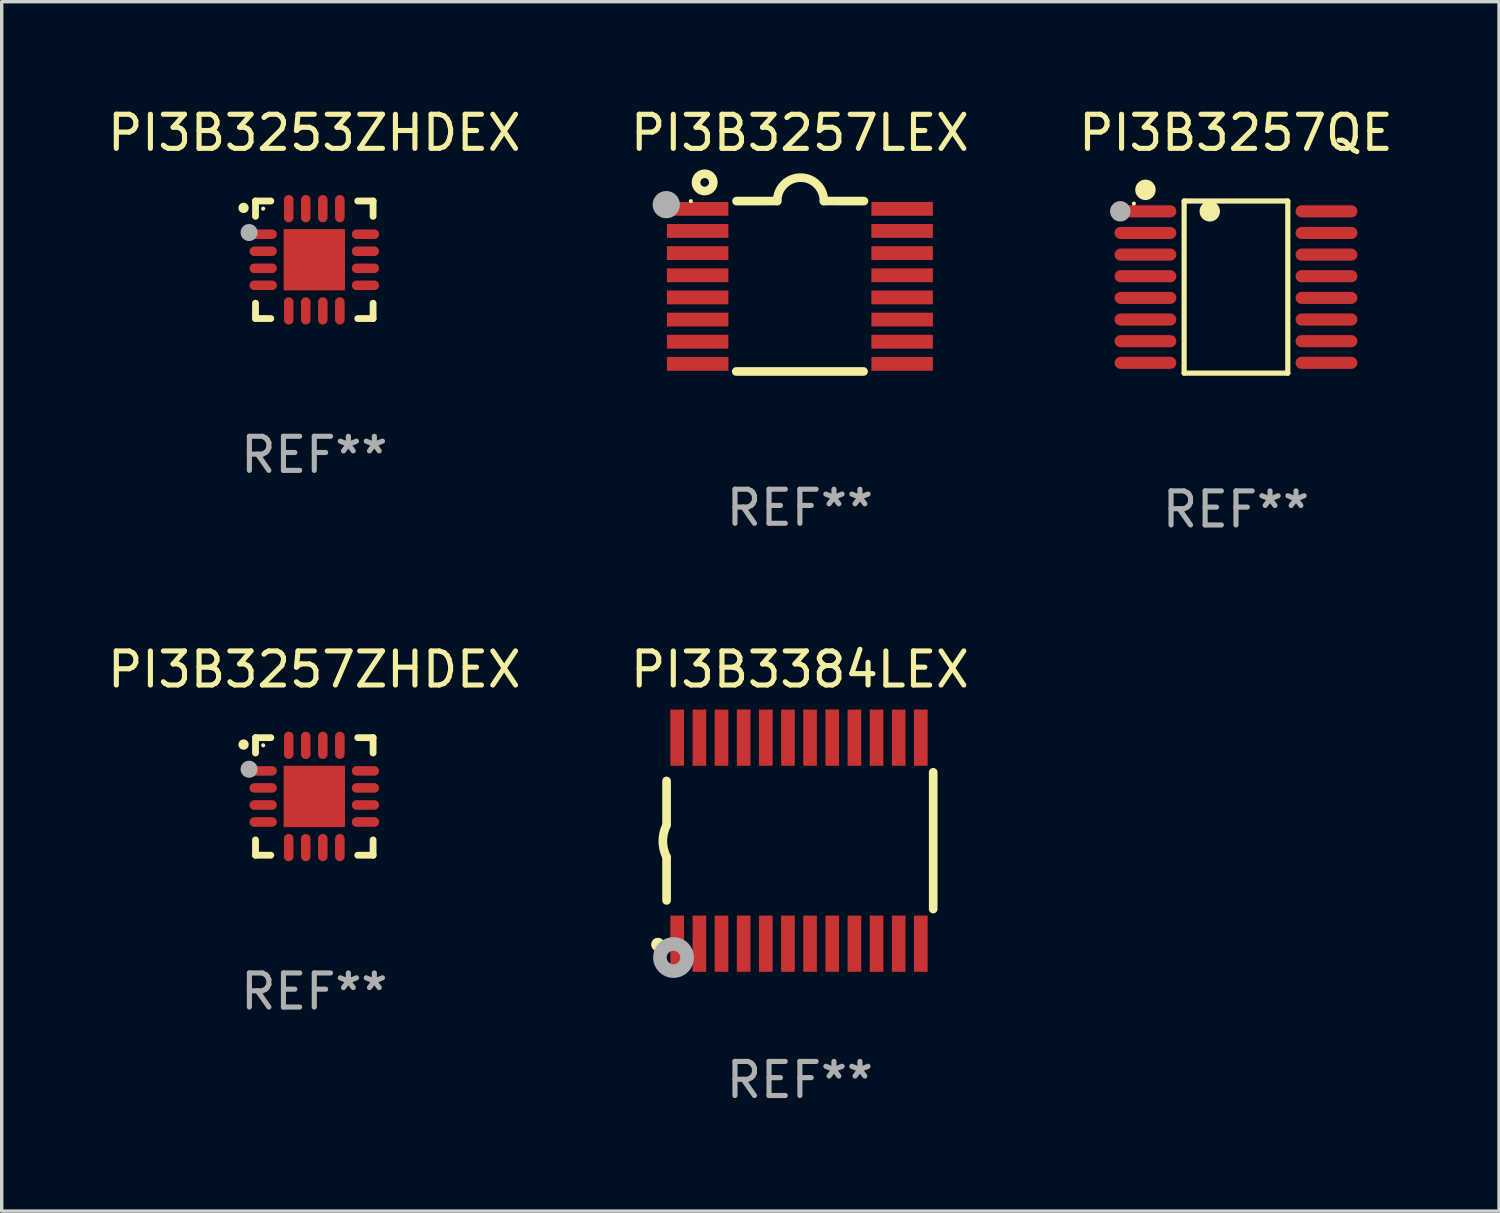
<source format=kicad_pcb>
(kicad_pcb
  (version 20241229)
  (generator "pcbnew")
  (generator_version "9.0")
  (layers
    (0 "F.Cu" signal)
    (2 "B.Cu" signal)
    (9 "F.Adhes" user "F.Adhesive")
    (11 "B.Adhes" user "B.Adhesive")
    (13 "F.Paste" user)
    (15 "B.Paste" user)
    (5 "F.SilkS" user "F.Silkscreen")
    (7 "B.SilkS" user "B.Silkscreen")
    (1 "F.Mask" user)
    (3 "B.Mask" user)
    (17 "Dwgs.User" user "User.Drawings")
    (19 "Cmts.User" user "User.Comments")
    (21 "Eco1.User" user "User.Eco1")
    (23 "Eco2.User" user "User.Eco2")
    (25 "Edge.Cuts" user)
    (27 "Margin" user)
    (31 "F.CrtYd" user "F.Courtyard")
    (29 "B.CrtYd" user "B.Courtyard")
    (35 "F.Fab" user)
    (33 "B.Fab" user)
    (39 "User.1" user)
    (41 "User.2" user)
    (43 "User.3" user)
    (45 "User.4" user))
  (footprint "PI3B3257ZHDEX"
    (layer "F.Cu")
    (at 6.173 20.322)
    (property "Reference" "PI3B3257ZHDEX" (at 0 -3.725 0) (layer "F.SilkS") (effects (font (size 1 1) (thickness 0.15))))
    (attr through_hole)
    (fp_line (start -1.725 -1.725) (end -1.275 -1.725) (stroke (width 0.2) (type solid)) (layer "F.SilkS"))
    (fp_line (start -1.725 -1.275) (end -1.725 -1.725) (stroke (width 0.2) (type solid)) (layer "F.SilkS"))
    (fp_line (start -1.725 1.725) (end -1.725 1.275) (stroke (width 0.2) (type solid)) (layer "F.SilkS"))
    (fp_line (start -1.275 1.725) (end -1.725 1.725) (stroke (width 0.2) (type solid)) (layer "F.SilkS"))
    (fp_line (start 1.275 -1.725) (end 1.725 -1.725) (stroke (width 0.2) (type solid)) (layer "F.SilkS"))
    (fp_line (start 1.275 1.725) (end 1.725 1.725) (stroke (width 0.2) (type solid)) (layer "F.SilkS"))
    (fp_line (start 1.725 -1.725) (end 1.725 -1.275) (stroke (width 0.2) (type solid)) (layer "F.SilkS"))
    (fp_line (start 1.725 1.725) (end 1.725 1.275) (stroke (width 0.2) (type solid)) (layer "F.SilkS"))
    (fp_arc (start -2.075184 -1.521463) (mid -2.075189 -1.522733) (end -2.075184 -1.524003) (stroke (width 0.3) (type solid)) (layer "F.SilkS"))
    (fp_circle (center -1.5 -1.5) (end -1.47 -1.5) (stroke (width 0.06) (type solid)) (fill no) (layer "F.SilkS"))
    (fp_circle (center -1.914 -0.799) (end -1.789 -0.799) (stroke (width 0.25) (type solid)) (fill no) (layer "F.Fab"))
    (fp_text user "REF**" (at 0 5.725 0) (layer "F.Fab") (effects (font (size 1 1) (thickness 0.15))))
    (pad "1" smd oval (at -1.5 -0.75) (size 0.8 0.28) (layers "F.Cu" "F.Mask" "F.Paste"))
    (pad "2" smd oval (at -1.5 -0.25) (size 0.8 0.28) (layers "F.Cu" "F.Mask" "F.Paste"))
    (pad "3" smd oval (at -1.5 0.25) (size 0.8 0.28) (layers "F.Cu" "F.Mask" "F.Paste"))
    (pad "4" smd oval (at -1.5 0.75) (size 0.8 0.28) (layers "F.Cu" "F.Mask" "F.Paste"))
    (pad "5" smd oval (at -0.75 1.5) (size 0.28 0.8) (layers "F.Cu" "F.Mask" "F.Paste"))
    (pad "6" smd oval (at -0.25 1.5) (size 0.28 0.8) (layers "F.Cu" "F.Mask" "F.Paste"))
    (pad "7" smd oval (at 0.25 1.5) (size 0.28 0.8) (layers "F.Cu" "F.Mask" "F.Paste"))
    (pad "8" smd oval (at 0.75 1.5) (size 0.28 0.8) (layers "F.Cu" "F.Mask" "F.Paste"))
    (pad "9" smd oval (at 1.5 0.75) (size 0.8 0.28) (layers "F.Cu" "F.Mask" "F.Paste"))
    (pad "10" smd oval (at 1.5 0.25) (size 0.8 0.28) (layers "F.Cu" "F.Mask" "F.Paste"))
    (pad "11" smd oval (at 1.5 -0.25) (size 0.8 0.28) (layers "F.Cu" "F.Mask" "F.Paste"))
    (pad "12" smd oval (at 1.5 -0.75) (size 0.8 0.28) (layers "F.Cu" "F.Mask" "F.Paste"))
    (pad "13" smd oval (at 0.75 -1.5) (size 0.28 0.8) (layers "F.Cu" "F.Mask" "F.Paste"))
    (pad "14" smd oval (at 0.25 -1.5) (size 0.28 0.8) (layers "F.Cu" "F.Mask" "F.Paste"))
    (pad "15" smd oval (at -0.25 -1.5) (size 0.28 0.8) (layers "F.Cu" "F.Mask" "F.Paste"))
    (pad "16" smd oval (at -0.75 -1.5) (size 0.28 0.8) (layers "F.Cu" "F.Mask" "F.Paste"))
    (pad "17" smd rect (at 0.000076 0.000076) (size 1.8 1.8) (layers "F.Cu" "F.Mask" "F.Paste")))
  (footprint "PI3B3384LEX"
    (layer "F.Cu")
    (at 20.423 21.62)
    (property "Reference" "PI3B3384LEX" (at 0 -5.023 0) (layer "F.SilkS") (effects (font (size 1 1) (thickness 0.15))))
    (attr through_hole)
    (fp_line (start -3.912 -0.483) (end -3.912 -1.753) (stroke (width 0.254) (type solid)) (layer "F.SilkS"))
    (fp_line (start -3.912 1.753) (end -3.912 0.483) (stroke (width 0.254) (type solid)) (layer "F.SilkS"))
    (fp_line (start 3.912 -2.007) (end 3.912 2.007) (stroke (width 0.254) (type solid)) (layer "F.SilkS"))
    (fp_arc (start -3.911608 0.482601) (mid -4.022537 0.0127) (end -3.911608 -0.457201) (stroke (width 0.254001) (type solid)) (layer "F.SilkS"))
    (fp_circle (center -4.166 3.048) (end -4.066 3.048) (stroke (width 0.2) (type solid)) (fill no) (layer "F.SilkS"))
    (fp_circle (center -3.925 3.186) (end -3.895 3.186) (stroke (width 0.06) (type solid)) (fill no) (layer "F.SilkS"))
    (fp_circle (center -3.708 3.429) (end -3.509 3.429) (stroke (width 0.4) (type solid)) (fill no) (layer "F.Fab"))
    (fp_text user "REF**" (at 0 7.023 0) (layer "F.Fab") (effects (font (size 1 1) (thickness 0.15))))
    (pad "1" smd rect (at -3.6 3.023) (size 0.4 1.65) (layers "F.Cu" "F.Mask" "F.Paste"))
    (pad "2" smd rect (at -2.95 3.023) (size 0.4 1.65) (layers "F.Cu" "F.Mask" "F.Paste"))
    (pad "3" smd rect (at -2.3 3.023) (size 0.4 1.65) (layers "F.Cu" "F.Mask" "F.Paste"))
    (pad "4" smd rect (at -1.65 3.023) (size 0.4 1.65) (layers "F.Cu" "F.Mask" "F.Paste"))
    (pad "5" smd rect (at -1 3.023) (size 0.4 1.65) (layers "F.Cu" "F.Mask" "F.Paste"))
    (pad "6" smd rect (at -0.35 3.023) (size 0.4 1.65) (layers "F.Cu" "F.Mask" "F.Paste"))
    (pad "7" smd rect (at 0.299 3.023) (size 0.4 1.65) (layers "F.Cu" "F.Mask" "F.Paste"))
    (pad "8" smd rect (at 0.95 3.023) (size 0.4 1.65) (layers "F.Cu" "F.Mask" "F.Paste"))
    (pad "9" smd rect (at 1.6 3.023) (size 0.4 1.65) (layers "F.Cu" "F.Mask" "F.Paste"))
    (pad "10" smd rect (at 2.25 3.023) (size 0.4 1.65) (layers "F.Cu" "F.Mask" "F.Paste"))
    (pad "11" smd rect (at 2.9 3.023) (size 0.4 1.65) (layers "F.Cu" "F.Mask" "F.Paste"))
    (pad "12" smd rect (at 3.549 3.023) (size 0.4 1.65) (layers "F.Cu" "F.Mask" "F.Paste"))
    (pad "13" smd rect (at 3.549 -3.023) (size 0.4 1.65) (layers "F.Cu" "F.Mask" "F.Paste"))
    (pad "14" smd rect (at 2.9 -3.023) (size 0.4 1.65) (layers "F.Cu" "F.Mask" "F.Paste"))
    (pad "15" smd rect (at 2.25 -3.023) (size 0.4 1.65) (layers "F.Cu" "F.Mask" "F.Paste"))
    (pad "16" smd rect (at 1.6 -3.023) (size 0.4 1.65) (layers "F.Cu" "F.Mask" "F.Paste"))
    (pad "17" smd rect (at 0.95 -3.023) (size 0.4 1.65) (layers "F.Cu" "F.Mask" "F.Paste"))
    (pad "18" smd rect (at 0.299 -3.023) (size 0.4 1.65) (layers "F.Cu" "F.Mask" "F.Paste"))
    (pad "19" smd rect (at -0.35 -3.023) (size 0.4 1.65) (layers "F.Cu" "F.Mask" "F.Paste"))
    (pad "20" smd rect (at -1 -3.023) (size 0.4 1.65) (layers "F.Cu" "F.Mask" "F.Paste"))
    (pad "21" smd rect (at -1.65 -3.023) (size 0.4 1.65) (layers "F.Cu" "F.Mask" "F.Paste"))
    (pad "22" smd rect (at -2.3 -3.023) (size 0.4 1.65) (layers "F.Cu" "F.Mask" "F.Paste"))
    (pad "23" smd rect (at -2.95 -3.023) (size 0.4 1.65) (layers "F.Cu" "F.Mask" "F.Paste"))
    (pad "24" smd rect (at -3.6 -3.023) (size 0.4 1.65) (layers "F.Cu" "F.Mask" "F.Paste")))
  (footprint "PI3B3257QE"
    (layer "F.Cu")
    (at 33.22 5.374)
    (property "Reference" "PI3B3257QE" (at 0 -4.526 0) (layer "F.SilkS") (effects (font (size 1 1) (thickness 0.15))))
    (attr through_hole)
    (fp_line (start -1.521 -2.526) (end 1.521 -2.526) (stroke (width 0.152) (type solid)) (layer "F.SilkS"))
    (fp_line (start -1.521 2.526) (end -1.521 -2.526) (stroke (width 0.152) (type solid)) (layer "F.SilkS"))
    (fp_line (start 1.521 -2.526) (end 1.521 2.526) (stroke (width 0.152) (type solid)) (layer "F.SilkS"))
    (fp_line (start 1.521 2.526) (end -1.521 2.526) (stroke (width 0.152) (type solid)) (layer "F.SilkS"))
    (fp_circle (center -2.995 -2.45) (end -2.965 -2.45) (stroke (width 0.06) (type solid)) (fill no) (layer "F.SilkS"))
    (fp_circle (center -2.656 -2.853) (end -2.506 -2.853) (stroke (width 0.3) (type solid)) (fill no) (layer "F.SilkS"))
    (fp_circle (center -0.769 -2.223) (end -0.619 -2.223) (stroke (width 0.3) (type solid)) (fill no) (layer "F.SilkS"))
    (fp_circle (center -3.395 -2.223) (end -3.245 -2.223) (stroke (width 0.3) (type solid)) (fill no) (layer "F.Fab"))
    (fp_text user "REF**" (at 0 6.526 0) (layer "F.Fab") (effects (font (size 1 1) (thickness 0.15))))
    (pad "1" smd oval (at -2.656 -2.223 270) (size 0.356 1.813) (layers "F.Cu" "F.Mask" "F.Paste"))
    (pad "2" smd oval (at -2.656 -1.588 270) (size 0.356 1.813) (layers "F.Cu" "F.Mask" "F.Paste"))
    (pad "3" smd oval (at -2.656 -0.953 270) (size 0.356 1.813) (layers "F.Cu" "F.Mask" "F.Paste"))
    (pad "4" smd oval (at -2.656 -0.318 270) (size 0.356 1.813) (layers "F.Cu" "F.Mask" "F.Paste"))
    (pad "5" smd oval (at -2.656 0.318 270) (size 0.356 1.813) (layers "F.Cu" "F.Mask" "F.Paste"))
    (pad "6" smd oval (at -2.656 0.953 270) (size 0.356 1.813) (layers "F.Cu" "F.Mask" "F.Paste"))
    (pad "7" smd oval (at -2.656 1.588 270) (size 0.356 1.813) (layers "F.Cu" "F.Mask" "F.Paste"))
    (pad "8" smd oval (at -2.656 2.223 270) (size 0.356 1.813) (layers "F.Cu" "F.Mask" "F.Paste"))
    (pad "9" smd oval (at 2.656 2.223 270) (size 0.356 1.813) (layers "F.Cu" "F.Mask" "F.Paste"))
    (pad "10" smd oval (at 2.656 1.588 270) (size 0.356 1.813) (layers "F.Cu" "F.Mask" "F.Paste"))
    (pad "11" smd oval (at 2.656 0.953 270) (size 0.356 1.813) (layers "F.Cu" "F.Mask" "F.Paste"))
    (pad "12" smd oval (at 2.656 0.318 270) (size 0.356 1.813) (layers "F.Cu" "F.Mask" "F.Paste"))
    (pad "13" smd oval (at 2.656 -0.318 270) (size 0.356 1.813) (layers "F.Cu" "F.Mask" "F.Paste"))
    (pad "14" smd oval (at 2.656 -0.953 270) (size 0.356 1.813) (layers "F.Cu" "F.Mask" "F.Paste"))
    (pad "15" smd oval (at 2.656 -1.588 270) (size 0.356 1.813) (layers "F.Cu" "F.Mask" "F.Paste"))
    (pad "16" smd oval (at 2.656 -2.223 270) (size 0.356 1.813) (layers "F.Cu" "F.Mask" "F.Paste")))
  (footprint "PI3B3257LEX"
    (layer "F.Cu")
    (at 20.423 5.35)
    (property "Reference" "PI3B3257LEX" (at 0 -4.501 0) (layer "F.SilkS") (effects (font (size 1 1) (thickness 0.15))))
    (attr through_hole)
    (fp_line (start -1.868 2.501) (end 1.868 2.501) (stroke (width 0.254) (type solid)) (layer "F.SilkS"))
    (fp_line (start -1.86 -2.499) (end -0.666 -2.501) (stroke (width 0.254) (type solid)) (layer "F.SilkS"))
    (fp_line (start 0.706 -2.501) (end 1.88 -2.499) (stroke (width 0.254) (type solid)) (layer "F.SilkS"))
    (fp_arc (start -0.665914 -2.501448) (mid 0.019888 -3.18725) (end 0.70569 -2.501448) (stroke (width 0.254001) (type solid)) (layer "F.SilkS"))
    (fp_circle (center -3.2 -2.497) (end -3.17 -2.497) (stroke (width 0.06) (type solid)) (fill no) (layer "F.SilkS"))
    (fp_circle (center -2.794 -3.047) (end -2.54 -3.047) (stroke (width 0.254) (type solid)) (fill no) (layer "F.SilkS"))
    (fp_circle (center -3.921 -2.395) (end -3.721 -2.395) (stroke (width 0.4) (type solid)) (fill no) (layer "F.Fab"))
    (fp_text user "REF**" (at 0 6.501 0) (layer "F.Fab") (effects (font (size 1 1) (thickness 0.15))))
    (pad "1" smd rect (at -3 -2.272) (size 1.803 0.406) (layers "F.Cu" "F.Mask" "F.Paste"))
    (pad "2" smd rect (at -3 -1.622) (size 1.803 0.406) (layers "F.Cu" "F.Mask" "F.Paste"))
    (pad "3" smd rect (at -3 -0.972) (size 1.803 0.406) (layers "F.Cu" "F.Mask" "F.Paste"))
    (pad "4" smd rect (at -3 -0.322) (size 1.803 0.406) (layers "F.Cu" "F.Mask" "F.Paste"))
    (pad "5" smd rect (at -3 0.328) (size 1.803 0.406) (layers "F.Cu" "F.Mask" "F.Paste"))
    (pad "6" smd rect (at -3 0.978) (size 1.803 0.406) (layers "F.Cu" "F.Mask" "F.Paste"))
    (pad "7" smd rect (at -3 1.628) (size 1.803 0.406) (layers "F.Cu" "F.Mask" "F.Paste"))
    (pad "8" smd rect (at -3 2.278) (size 1.803 0.406) (layers "F.Cu" "F.Mask" "F.Paste"))
    (pad "9" smd rect (at 3 2.278) (size 1.803 0.406) (layers "F.Cu" "F.Mask" "F.Paste"))
    (pad "10" smd rect (at 3 1.628) (size 1.803 0.406) (layers "F.Cu" "F.Mask" "F.Paste"))
    (pad "11" smd rect (at 3 0.978) (size 1.803 0.406) (layers "F.Cu" "F.Mask" "F.Paste"))
    (pad "12" smd rect (at 3 0.328) (size 1.803 0.406) (layers "F.Cu" "F.Mask" "F.Paste"))
    (pad "13" smd rect (at 3 -0.322) (size 1.803 0.406) (layers "F.Cu" "F.Mask" "F.Paste"))
    (pad "14" smd rect (at 3 -0.972) (size 1.803 0.406) (layers "F.Cu" "F.Mask" "F.Paste"))
    (pad "15" smd rect (at 3 -1.622) (size 1.803 0.406) (layers "F.Cu" "F.Mask" "F.Paste"))
    (pad "16" smd rect (at 3 -2.272) (size 1.803 0.406) (layers "F.Cu" "F.Mask" "F.Paste")))
  (footprint "PI3B3253ZHDEX"
    (layer "F.Cu")
    (at 6.173 4.573)
    (property "Reference" "PI3B3253ZHDEX" (at 0 -3.725 0) (layer "F.SilkS") (effects (font (size 1 1) (thickness 0.15))))
    (attr through_hole)
    (fp_line (start -1.725 -1.725) (end -1.275 -1.725) (stroke (width 0.2) (type solid)) (layer "F.SilkS"))
    (fp_line (start -1.725 -1.275) (end -1.725 -1.725) (stroke (width 0.2) (type solid)) (layer "F.SilkS"))
    (fp_line (start -1.725 1.725) (end -1.725 1.275) (stroke (width 0.2) (type solid)) (layer "F.SilkS"))
    (fp_line (start -1.275 1.725) (end -1.725 1.725) (stroke (width 0.2) (type solid)) (layer "F.SilkS"))
    (fp_line (start 1.275 -1.725) (end 1.725 -1.725) (stroke (width 0.2) (type solid)) (layer "F.SilkS"))
    (fp_line (start 1.275 1.725) (end 1.725 1.725) (stroke (width 0.2) (type solid)) (layer "F.SilkS"))
    (fp_line (start 1.725 -1.725) (end 1.725 -1.275) (stroke (width 0.2) (type solid)) (layer "F.SilkS"))
    (fp_line (start 1.725 1.725) (end 1.725 1.275) (stroke (width 0.2) (type solid)) (layer "F.SilkS"))
    (fp_arc (start -2.075184 -1.521463) (mid -2.075189 -1.522733) (end -2.075184 -1.524003) (stroke (width 0.3) (type solid)) (layer "F.SilkS"))
    (fp_circle (center -1.5 -1.5) (end -1.47 -1.5) (stroke (width 0.06) (type solid)) (fill no) (layer "F.SilkS"))
    (fp_circle (center -1.914 -0.799) (end -1.789 -0.799) (stroke (width 0.25) (type solid)) (fill no) (layer "F.Fab"))
    (fp_text user "REF**" (at 0 5.725 0) (layer "F.Fab") (effects (font (size 1 1) (thickness 0.15))))
    (pad "1" smd oval (at -1.5 -0.75) (size 0.8 0.28) (layers "F.Cu" "F.Mask" "F.Paste"))
    (pad "2" smd oval (at -1.5 -0.25) (size 0.8 0.28) (layers "F.Cu" "F.Mask" "F.Paste"))
    (pad "3" smd oval (at -1.5 0.25) (size 0.8 0.28) (layers "F.Cu" "F.Mask" "F.Paste"))
    (pad "4" smd oval (at -1.5 0.75) (size 0.8 0.28) (layers "F.Cu" "F.Mask" "F.Paste"))
    (pad "5" smd oval (at -0.75 1.5) (size 0.28 0.8) (layers "F.Cu" "F.Mask" "F.Paste"))
    (pad "6" smd oval (at -0.25 1.5) (size 0.28 0.8) (layers "F.Cu" "F.Mask" "F.Paste"))
    (pad "7" smd oval (at 0.25 1.5) (size 0.28 0.8) (layers "F.Cu" "F.Mask" "F.Paste"))
    (pad "8" smd oval (at 0.75 1.5) (size 0.28 0.8) (layers "F.Cu" "F.Mask" "F.Paste"))
    (pad "9" smd oval (at 1.5 0.75) (size 0.8 0.28) (layers "F.Cu" "F.Mask" "F.Paste"))
    (pad "10" smd oval (at 1.5 0.25) (size 0.8 0.28) (layers "F.Cu" "F.Mask" "F.Paste"))
    (pad "11" smd oval (at 1.5 -0.25) (size 0.8 0.28) (layers "F.Cu" "F.Mask" "F.Paste"))
    (pad "12" smd oval (at 1.5 -0.75) (size 0.8 0.28) (layers "F.Cu" "F.Mask" "F.Paste"))
    (pad "13" smd oval (at 0.75 -1.5) (size 0.28 0.8) (layers "F.Cu" "F.Mask" "F.Paste"))
    (pad "14" smd oval (at 0.25 -1.5) (size 0.28 0.8) (layers "F.Cu" "F.Mask" "F.Paste"))
    (pad "15" smd oval (at -0.25 -1.5) (size 0.28 0.8) (layers "F.Cu" "F.Mask" "F.Paste"))
    (pad "16" smd oval (at -0.75 -1.5) (size 0.28 0.8) (layers "F.Cu" "F.Mask" "F.Paste"))
    (pad "17" smd rect (at 0.000076 0.000076) (size 1.8 1.8) (layers "F.Cu" "F.Mask" "F.Paste")))
  (gr_rect
    (start -3 -3)
    (end 40.94 32.491)
    (stroke (width 0.1) (type default))
    (fill no)
    (layer "Edge.Cuts")))
</source>
